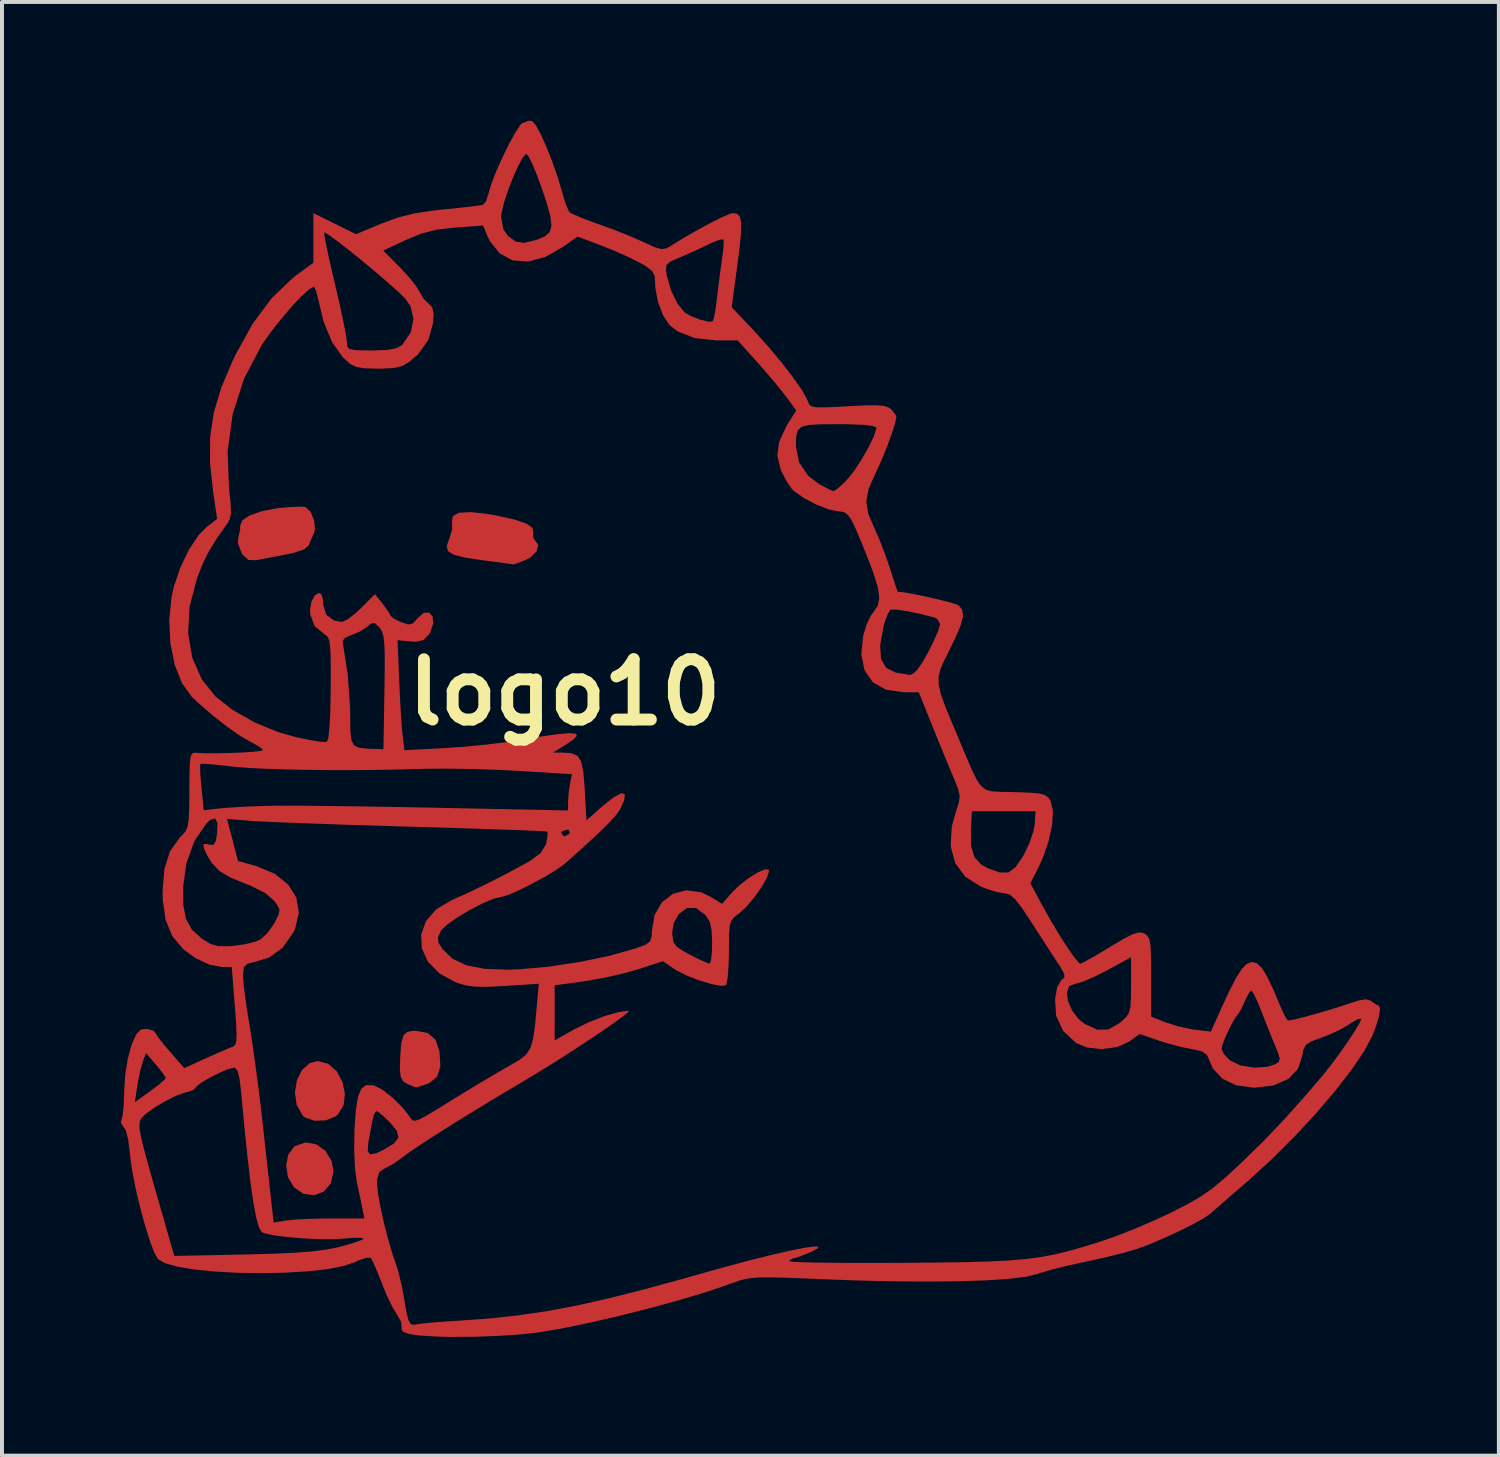
<source format=kicad_pcb>
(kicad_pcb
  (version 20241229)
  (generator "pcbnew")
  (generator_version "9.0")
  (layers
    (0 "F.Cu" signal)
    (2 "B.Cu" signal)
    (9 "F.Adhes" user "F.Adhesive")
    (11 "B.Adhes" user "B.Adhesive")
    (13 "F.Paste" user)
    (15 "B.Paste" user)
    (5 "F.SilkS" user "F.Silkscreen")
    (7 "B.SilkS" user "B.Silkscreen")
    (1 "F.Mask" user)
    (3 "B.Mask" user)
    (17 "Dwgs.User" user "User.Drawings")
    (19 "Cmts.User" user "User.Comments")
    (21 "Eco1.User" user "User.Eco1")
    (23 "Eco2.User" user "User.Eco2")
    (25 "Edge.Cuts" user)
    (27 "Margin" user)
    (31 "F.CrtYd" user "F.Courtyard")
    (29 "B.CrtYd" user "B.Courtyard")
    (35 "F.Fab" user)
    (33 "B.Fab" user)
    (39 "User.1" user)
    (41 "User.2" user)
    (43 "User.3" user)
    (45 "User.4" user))
  (footprint "logo10"
    (layer "F.Cu")
    (at 11.217 14.44)
    (property "Reference" "logo10" (at 0 0 0) (layer "F.SilkS") (effects (font (size 1.524 1.524) (thickness 0.3))))
    (attr board_only exclude_from_pos_files exclude_from_bom)
    (fp_poly (pts (xy -6.273 11.421) (xy -6.042 11.587) (xy -5.887 11.846) (xy -5.842 12.11) (xy -5.91 12.409) (xy -6.087 12.614) (xy -6.33 12.707) (xy -6.6 12.672) (xy -6.843 12.504) (xy -6.992 12.25) (xy -7.038 11.954) (xy -6.983 11.676) (xy -6.828 11.473) (xy -6.816 11.465) (xy -6.543 11.372)) (stroke (width 0) (type solid)) (fill yes) (layer "F.Cu"))
    (fp_poly (pts (xy -5.974 9.386) (xy -5.76 9.576) (xy -5.615 9.844) (xy -5.552 10.144) (xy -5.586 10.433) (xy -5.731 10.668) (xy -5.787 10.713) (xy -6.039 10.816) (xy -6.32 10.826) (xy -6.558 10.745) (xy -6.623 10.689) (xy -6.772 10.421) (xy -6.816 10.113) (xy -6.767 9.805) (xy -6.637 9.543) (xy -6.438 9.366) (xy -6.241 9.316)) (stroke (width 0) (type solid)) (fill yes) (layer "F.Cu"))
    (fp_poly (pts (xy -3.462 8.606) (xy -3.262 8.781) (xy -3.163 9.076) (xy -3.141 9.454) (xy -3.225 9.713) (xy -3.422 9.873) (xy -3.483 9.898) (xy -3.666 9.959) (xy -3.757 9.985) (xy -3.759 9.985) (xy -3.834 9.954) (xy -3.958 9.903) (xy -4.076 9.835) (xy -4.141 9.724) (xy -4.164 9.528) (xy -4.156 9.207) (xy -4.155 9.186) (xy -4.128 8.86) (xy -4.074 8.668) (xy -3.974 8.577) (xy -3.805 8.552) (xy -3.778 8.551)) (stroke (width 0) (type solid)) (fill yes) (layer "F.Cu"))
    (fp_poly (pts (xy -6.548 -4.68) (xy -6.42 -4.558) (xy -6.332 -4.346) (xy -6.308 -4.122) (xy -6.337 -4.01) (xy -6.429 -3.811) (xy -6.463 -3.717) (xy -6.581 -3.611) (xy -6.867 -3.517) (xy -7.041 -3.481) (xy -7.361 -3.42) (xy -7.645 -3.367) (xy -7.798 -3.337) (xy -7.989 -3.343) (xy -8.136 -3.475) (xy -8.162 -3.514) (xy -8.261 -3.778) (xy -8.243 -3.92) (xy -8.2 -4.11) (xy -8.199 -4.208) (xy -8.145 -4.344) (xy -7.951 -4.472) (xy -7.646 -4.578) (xy -7.26 -4.65) (xy -7.216 -4.655) (xy -6.912 -4.681) (xy -6.671 -4.69)) (stroke (width 0) (type solid)) (fill yes) (layer "F.Cu"))
    (fp_poly (pts (xy -1.927 -4.501) (xy -1.71 -4.462) (xy -1.263 -4.362) (xy -0.97 -4.263) (xy -0.817 -4.157) (xy -0.789 -4.037) (xy -0.797 -4.011) (xy -0.788 -3.881) (xy -0.758 -3.85) (xy -0.667 -3.719) (xy -0.711 -3.557) (xy -0.873 -3.403) (xy -0.984 -3.345) (xy -1.18 -3.267) (xy -1.293 -3.229) (xy -1.302 -3.229) (xy -1.384 -3.244) (xy -1.598 -3.274) (xy -1.905 -3.314) (xy -2.102 -3.34) (xy -2.528 -3.403) (xy -2.804 -3.475) (xy -2.949 -3.567) (xy -2.982 -3.692) (xy -2.922 -3.863) (xy -2.914 -3.88) (xy -2.845 -4.108) (xy -2.847 -4.29) (xy -2.829 -4.448) (xy -2.673 -4.535) (xy -2.374 -4.552)) (stroke (width 0) (type solid)) (fill yes) (layer "F.Cu"))
    (fp_poly (pts (xy -0.82 -14.43) (xy -0.731 -14.329) (xy -0.607 -14.102) (xy -0.464 -13.784) (xy -0.316 -13.41) (xy -0.178 -13.016) (xy -0.065 -12.638) (xy -0.053 -12.594) (xy 0.023 -12.344) (xy 0.1 -12.165) (xy 0.131 -12.121) (xy 0.244 -12.062) (xy 0.475 -11.967) (xy 0.78 -11.853) (xy 0.889 -11.815) (xy 1.277 -11.673) (xy 1.67 -11.516) (xy 1.99 -11.375) (xy 2.017 -11.362) (xy 2.28 -11.242) (xy 2.446 -11.196) (xy 2.569 -11.216) (xy 2.652 -11.261) (xy 2.998 -11.475) (xy 3.361 -11.683) (xy 3.705 -11.869) (xy 3.995 -12.012) (xy 4.196 -12.095) (xy 4.255 -12.107) (xy 4.361 -12.087) (xy 4.428 -12.011) (xy 4.458 -11.856) (xy 4.453 -11.599) (xy 4.416 -11.217) (xy 4.362 -10.793) (xy 4.219 -9.73) (xy 4.782 -9.133) (xy 5.137 -8.741) (xy 5.47 -8.343) (xy 5.761 -7.968) (xy 5.986 -7.645) (xy 6.122 -7.405) (xy 6.143 -7.351) (xy 6.176 -7.274) (xy 6.235 -7.225) (xy 6.353 -7.201) (xy 6.559 -7.198) (xy 6.884 -7.211) (xy 7.158 -7.227) (xy 7.588 -7.248) (xy 7.882 -7.251) (xy 8.071 -7.234) (xy 8.188 -7.195) (xy 8.249 -7.148) (xy 8.355 -7.019) (xy 8.381 -6.958) (xy 8.347 -6.796) (xy 8.262 -6.53) (xy 8.144 -6.208) (xy 8.012 -5.88) (xy 7.884 -5.596) (xy 7.851 -5.531) (xy 7.679 -5.143) (xy 7.619 -4.823) (xy 7.669 -4.51) (xy 7.804 -4.191) (xy 7.94 -3.886) (xy 8.089 -3.504) (xy 8.21 -3.154) (xy 8.303 -2.862) (xy 8.375 -2.645) (xy 8.412 -2.543) (xy 8.414 -2.54) (xy 8.588 -2.521) (xy 8.858 -2.473) (xy 9.175 -2.406) (xy 9.492 -2.333) (xy 9.759 -2.264) (xy 9.928 -2.209) (xy 9.958 -2.193) (xy 10.045 -2.081) (xy 10.063 -1.925) (xy 10.006 -1.698) (xy 9.869 -1.373) (xy 9.725 -1.078) (xy 9.587 -0.801) (xy 9.492 -0.582) (xy 9.445 -0.389) (xy 9.447 -0.19) (xy 9.503 0.048) (xy 9.614 0.358) (xy 9.785 0.771) (xy 9.925 1.103) (xy 10.132 1.598) (xy 10.287 1.96) (xy 10.41 2.212) (xy 10.523 2.372) (xy 10.645 2.463) (xy 10.799 2.504) (xy 11.005 2.516) (xy 11.283 2.52) (xy 11.355 2.522) (xy 11.733 2.536) (xy 11.978 2.556) (xy 12.126 2.593) (xy 12.214 2.655) (xy 12.277 2.752) (xy 12.28 2.758) (xy 12.335 3.001) (xy 12.314 3.349) (xy 12.227 3.757) (xy 12.08 4.182) (xy 11.972 4.419) (xy 11.765 4.827) (xy 12.073 5.398) (xy 12.284 5.774) (xy 12.501 6.135) (xy 12.704 6.452) (xy 12.874 6.695) (xy 12.992 6.835) (xy 13.029 6.858) (xy 13.122 6.816) (xy 13.324 6.704) (xy 13.601 6.541) (xy 13.782 6.431) (xy 14.118 6.23) (xy 14.347 6.113) (xy 14.501 6.067) (xy 14.612 6.08) (xy 14.646 6.095) (xy 14.719 6.148) (xy 14.768 6.233) (xy 14.797 6.381) (xy 14.811 6.624) (xy 14.816 6.993) (xy 14.817 7.19) (xy 14.817 8.194) (xy 15.172 8.336) (xy 15.493 8.439) (xy 15.846 8.515) (xy 15.926 8.526) (xy 16.326 8.573) (xy 16.548 8.075) (xy 16.774 7.584) (xy 16.954 7.231) (xy 17.1 6.999) (xy 17.225 6.868) (xy 17.342 6.818) (xy 17.373 6.816) (xy 17.492 6.849) (xy 17.612 6.964) (xy 17.746 7.181) (xy 17.908 7.52) (xy 18.083 7.938) (xy 18.18 8.151) (xy 18.257 8.278) (xy 18.28 8.294) (xy 18.437 8.266) (xy 18.707 8.199) (xy 19.038 8.107) (xy 19.382 8.005) (xy 19.69 7.907) (xy 19.761 7.882) (xy 20.056 7.787) (xy 20.239 7.758) (xy 20.356 7.788) (xy 20.388 7.811) (xy 20.517 7.899) (xy 20.566 7.916) (xy 20.601 7.987) (xy 20.575 8.176) (xy 20.495 8.445) (xy 20.402 8.685) (xy 20.192 9.077) (xy 19.87 9.551) (xy 19.457 10.083) (xy 18.973 10.649) (xy 18.438 11.225) (xy 17.873 11.788) (xy 17.299 12.314) (xy 17.244 12.361) (xy 16.922 12.64) (xy 16.64 12.884) (xy 16.428 13.07) (xy 16.312 13.173) (xy 16.305 13.179) (xy 16.143 13.29) (xy 15.865 13.443) (xy 15.515 13.618) (xy 15.135 13.793) (xy 14.768 13.949) (xy 14.455 14.065) (xy 14.443 14.069) (xy 14.118 14.163) (xy 13.7 14.268) (xy 13.263 14.367) (xy 13.123 14.395) (xy 12.722 14.482) (xy 12.335 14.578) (xy 12.028 14.667) (xy 11.938 14.698) (xy 11.66 14.765) (xy 11.229 14.818) (xy 10.661 14.857) (xy 9.972 14.881) (xy 9.178 14.889) (xy 8.296 14.882) (xy 7.34 14.859) (xy 6.646 14.833) (xy 6.023 14.807) (xy 5.543 14.79) (xy 5.18 14.782) (xy 4.909 14.785) (xy 4.702 14.801) (xy 4.535 14.83) (xy 4.381 14.873) (xy 4.214 14.933) (xy 4.164 14.952) (xy 3.613 15.141) (xy 2.94 15.344) (xy 2.189 15.55) (xy 1.407 15.748) (xy 0.639 15.926) (xy -0.072 16.072) (xy -0.635 16.169) (xy -1.098 16.222) (xy -1.667 16.26) (xy -2.279 16.283) (xy -2.872 16.287) (xy -3.217 16.278) (xy -3.651 16.252) (xy -3.935 16.212) (xy -4.087 16.156) (xy -4.126 16.076) (xy -4.119 16.046) (xy -4.135 15.902) (xy -4.237 15.72) (xy -4.24 15.717) (xy -4.354 15.53) (xy -4.492 15.245) (xy -4.622 14.928) (xy -4.736 14.637) (xy -4.834 14.41) (xy -4.895 14.293) (xy -4.898 14.289) (xy -5.003 14.286) (xy -5.199 14.35) (xy -5.302 14.397) (xy -5.598 14.498) (xy -6.011 14.576) (xy -6.513 14.631) (xy -7.076 14.664) (xy -7.669 14.676) (xy -8.266 14.666) (xy -8.836 14.635) (xy -9.351 14.584) (xy -9.783 14.513) (xy -10.103 14.423) (xy -10.278 14.319) (xy -10.369 14.155) (xy -10.48 13.863) (xy -10.6 13.479) (xy -10.719 13.042) (xy -10.828 12.59) (xy -10.915 12.16) (xy -10.971 11.79) (xy -10.982 11.684) (xy -11.027 11.303) (xy -11.091 11.061) (xy -11.148 10.98) (xy -11.188 10.915) (xy -10.746 10.915) (xy -10.74 11.034) (xy -10.709 11.212) (xy -10.648 11.469) (xy -10.553 11.825) (xy -10.42 12.301) (xy -10.244 12.917) (xy -10.225 12.983) (xy -9.864 14.24) (xy -8.086 14.204) (xy -7.391 14.186) (xy -6.838 14.161) (xy -6.398 14.128) (xy -6.046 14.084) (xy -5.752 14.027) (xy -5.694 14.013) (xy -5.399 13.932) (xy -5.182 13.859) (xy -5.082 13.809) (xy -5.08 13.804) (xy -5.156 13.782) (xy -5.351 13.784) (xy -5.537 13.8) (xy -5.844 13.817) (xy -6.221 13.815) (xy -6.625 13.796) (xy -7.013 13.763) (xy -7.345 13.721) (xy -7.577 13.671) (xy -7.657 13.636) (xy -7.725 13.519) (xy -7.794 13.275) (xy -7.865 12.897) (xy -7.94 12.377) (xy -8.018 11.709) (xy -8.102 10.885) (xy -8.175 10.097) (xy -8.216 9.754) (xy -8.267 9.557) (xy -8.335 9.484) (xy -8.351 9.483) (xy -8.497 9.519) (xy -8.715 9.61) (xy -8.954 9.73) (xy -9.165 9.852) (xy -9.294 9.95) (xy -9.313 9.982) (xy -9.386 10.048) (xy -9.555 10.103) (xy -9.794 10.183) (xy -10.085 10.326) (xy -10.372 10.497) (xy -10.6 10.665) (xy -10.699 10.771) (xy -10.731 10.834) (xy -10.746 10.915) (xy -11.188 10.915) (xy -11.217 10.869) (xy -11.199 10.811) (xy -11.167 10.682) (xy -11.142 10.434) (xy -11.139 10.357) (xy -10.861 10.357) (xy -10.468 10.075) (xy -10.256 9.914) (xy -10.115 9.791) (xy -10.079 9.743) (xy -10.131 9.655) (xy -10.259 9.489) (xy -10.33 9.405) (xy -10.577 9.116) (xy -10.658 9.328) (xy -10.719 9.542) (xy -10.78 9.831) (xy -10.799 9.949) (xy -10.861 10.357) (xy -11.139 10.357) (xy -11.13 10.117) (xy -11.129 10.075) (xy -11.103 9.66) (xy -11.038 9.258) (xy -10.943 8.908) (xy -10.83 8.65) (xy -10.71 8.521) (xy -10.706 8.519) (xy -10.545 8.504) (xy -10.391 8.55) (xy -10.328 8.624) (xy -10.275 8.711) (xy -10.139 8.885) (xy -9.968 9.087) (xy -9.61 9.495) (xy -9.059 9.244) (xy -8.767 9.114) (xy -8.525 9.01) (xy -8.384 8.954) (xy -8.382 8.953) (xy -8.329 8.914) (xy -8.298 8.821) (xy -8.29 8.646) (xy -8.302 8.359) (xy -8.333 7.932) (xy -8.334 7.927) (xy -8.412 6.943) (xy -8.655 6.943) (xy -8.983 6.879) (xy -9.343 6.707) (xy -9.639 6.488) (xy -9.915 6.157) (xy -10.084 5.749) (xy -10.156 5.234) (xy -10.16 5.038) (xy -10.148 4.892) (xy -9.638 4.892) (xy -9.638 5.371) (xy -9.568 5.728) (xy -9.416 6) (xy -9.167 6.224) (xy -9.153 6.235) (xy -8.947 6.358) (xy -8.75 6.413) (xy -8.489 6.416) (xy -8.358 6.406) (xy -8.053 6.362) (xy -7.792 6.293) (xy -7.678 6.241) (xy -7.513 6.085) (xy -7.35 5.858) (xy -7.325 5.812) (xy -7.225 5.613) (xy -7.207 5.486) (xy -7.273 5.358) (xy -7.335 5.273) (xy -7.561 5.075) (xy -7.926 4.89) (xy -8.05 4.843) (xy -8.449 4.68) (xy -8.724 4.514) (xy -8.916 4.314) (xy -9.026 4.132) (xy -9.122 3.925) (xy -9.125 3.835) (xy -9.03 3.836) (xy -8.984 3.849) (xy -8.875 3.855) (xy -8.815 3.759) (xy -8.784 3.58) (xy -8.773 3.307) (xy -8.824 3.199) (xy -8.532 3.199) (xy -8.254 4.262) (xy -7.802 4.388) (xy -7.332 4.581) (xy -6.988 4.855) (xy -6.779 5.19) (xy -6.716 5.568) (xy -6.81 5.971) (xy -6.86 6.074) (xy -7.131 6.46) (xy -7.469 6.702) (xy -7.811 6.808) (xy -8.018 6.859) (xy -8.107 6.948) (xy -8.126 7.132) (xy -8.125 7.179) (xy -8.11 7.393) (xy -8.07 7.722) (xy -8.011 8.118) (xy -7.961 8.424) (xy -7.898 8.82) (xy -7.825 9.335) (xy -7.747 9.922) (xy -7.672 10.53) (xy -7.618 11.007) (xy -7.559 11.544) (xy -7.503 12.049) (xy -7.455 12.486) (xy -7.418 12.823) (xy -7.395 13.025) (xy -7.395 13.027) (xy -7.353 13.397) (xy -7.042 13.346) (xy -6.82 13.323) (xy -6.485 13.305) (xy -6.093 13.295) (xy -5.896 13.294) (xy -5.061 13.293) (xy -5.108 13.06) (xy -5.152 12.843) (xy -5.215 12.544) (xy -5.254 12.361) (xy -5.299 12.017) (xy -5.318 11.587) (xy -4.978 11.587) (xy -4.919 11.676) (xy -4.761 11.646) (xy -4.583 11.563) (xy -4.315 11.4) (xy -4.202 11.25) (xy -4.238 11.084) (xy -4.406 10.876) (xy -4.584 10.705) (xy -4.716 10.599) (xy -4.751 10.583) (xy -4.791 10.612) (xy -4.832 10.718) (xy -4.88 10.928) (xy -4.943 11.272) (xy -4.96 11.367) (xy -4.978 11.587) (xy -5.318 11.587) (xy -5.319 11.563) (xy -5.312 11.059) (xy -5.31 11.018) (xy -5.275 10.54) (xy -5.22 10.212) (xy -5.136 10.013) (xy -5.014 9.925) (xy -4.845 9.928) (xy -4.812 9.935) (xy -4.605 10.041) (xy -4.35 10.241) (xy -4.097 10.492) (xy -3.94 10.689) (xy -3.891 10.763) (xy -3.848 10.813) (xy -3.787 10.827) (xy -3.688 10.797) (xy -3.528 10.715) (xy -3.283 10.571) (xy -2.933 10.355) (xy -2.582 10.139) (xy -2.203 9.908) (xy -1.819 9.68) (xy -1.488 9.488) (xy -1.357 9.414) (xy -1.129 9.28) (xy -0.971 9.149) (xy -0.866 8.986) (xy -0.798 8.755) (xy -0.75 8.421) (xy -0.714 8.034) (xy -0.655 7.364) (xy -1.51 7.42) (xy -1.943 7.442) (xy -2.257 7.438) (xy -2.498 7.406) (xy -2.716 7.341) (xy -2.745 7.331) (xy -3.168 7.101) (xy -3.457 6.805) (xy -3.611 6.468) (xy -3.626 6.117) (xy -3.504 5.778) (xy -3.241 5.479) (xy -2.857 5.253) (xy -2.454 5.073) (xy -1.969 4.838) (xy -1.464 4.581) (xy -1.003 4.332) (xy -0.874 4.259) (xy -0.606 4.061) (xy -0.475 3.844) (xy -0.463 3.799) (xy -0.432 3.614) (xy -0.435 3.556) (xy -0.085 3.556) (xy -0.024 3.638) (xy -0.005 3.641) (xy 0.11 3.579) (xy 0.127 3.556) (xy 0.108 3.484) (xy 0.047 3.471) (xy -0.069 3.516) (xy -0.085 3.556) (xy -0.435 3.556) (xy -0.436 3.519) (xy -0.436 3.519) (xy -0.525 3.511) (xy -0.764 3.499) (xy -1.137 3.484) (xy -1.625 3.467) (xy -2.21 3.447) (xy -2.874 3.426) (xy -3.6 3.404) (xy -3.895 3.396) (xy -4.667 3.373) (xy -5.41 3.35) (xy -6.1 3.326) (xy -6.715 3.304) (xy -7.233 3.284) (xy -7.631 3.266) (xy -7.888 3.252) (xy -7.928 3.249) (xy -8.532 3.199) (xy -8.824 3.199) (xy -8.83 3.187) (xy -8.952 3.221) (xy -9.05 3.311) (xy -9.356 3.758) (xy -9.557 4.317) (xy -9.638 4.892) (xy -10.148 4.892) (xy -10.115 4.468) (xy -9.973 4.02) (xy -9.727 3.67) (xy -9.661 3.606) (xy -9.583 3.521) (xy -9.532 3.41) (xy -9.502 3.24) (xy -9.487 2.976) (xy -9.483 2.585) (xy -9.483 2.479) (xy -9.48 2.061) (xy -9.475 1.904) (xy -9.212 1.904) (xy -9.202 2.119) (xy -9.177 2.409) (xy -9.177 2.411) (xy -9.119 2.98) (xy -8.687 2.931) (xy -8.412 2.909) (xy -8.03 2.888) (xy -7.601 2.872) (xy -7.366 2.867) (xy -7.076 2.865) (xy -6.643 2.867) (xy -6.091 2.872) (xy -5.446 2.88) (xy -4.733 2.89) (xy -3.978 2.903) (xy -3.206 2.918) (xy -3.196 2.919) (xy 0.085 2.986) (xy 0.085 2.774) (xy 0.102 2.525) (xy 0.134 2.315) (xy 0.183 2.069) (xy -1.2 1.984) (xy -1.776 1.956) (xy -2.399 1.937) (xy -3.001 1.929) (xy -3.518 1.933) (xy -3.641 1.936) (xy -4.377 1.956) (xy -5.143 1.966) (xy -5.906 1.967) (xy -6.637 1.959) (xy -7.303 1.942) (xy -7.875 1.918) (xy -8.321 1.885) (xy -8.46 1.87) (xy -8.787 1.832) (xy -9.043 1.81) (xy -9.188 1.806) (xy -9.204 1.81) (xy -9.212 1.904) (xy -9.475 1.904) (xy -9.47 1.785) (xy -9.449 1.622) (xy -9.411 1.546) (xy -9.352 1.527) (xy -9.335 1.528) (xy -9.109 1.54) (xy -8.807 1.542) (xy -8.471 1.535) (xy -8.143 1.522) (xy -7.864 1.503) (xy -7.677 1.481) (xy -7.622 1.46) (xy -7.693 1.389) (xy -7.868 1.287) (xy -7.943 1.25) (xy -8.205 1.099) (xy -8.544 0.86) (xy -8.916 0.566) (xy -9.279 0.249) (xy -9.417 0.119) (xy -9.669 -0.229) (xy -9.853 -0.695) (xy -9.963 -1.241) (xy -9.975 -1.496) (xy -9.515 -1.496) (xy -9.411 -0.877) (xy -9.169 -0.326) (xy -8.821 0.108) (xy -8.385 0.449) (xy -7.838 0.759) (xy -7.236 1.008) (xy -6.755 1.143) (xy -6.435 1.207) (xy -6.177 1.248) (xy -6.026 1.258) (xy -6.012 1.256) (xy -5.973 1.159) (xy -5.944 0.903) (xy -5.923 0.499) (xy -5.912 -0.043) (xy -5.912 -0.075) (xy -5.91 -0.574) (xy -5.914 -0.93) (xy -5.927 -1.169) (xy -5.947 -1.292) (xy -5.613 -1.292) (xy -5.483 -0.462) (xy -5.422 0.396) (xy -5.419 0.608) (xy -5.415 0.98) (xy -5.389 1.215) (xy -5.319 1.346) (xy -5.181 1.405) (xy -4.954 1.426) (xy -4.851 1.43) (xy -4.58 1.439) (xy -4.555 -0.012) (xy -4.547 -0.549) (xy -4.547 -0.944) (xy -4.557 -1.221) (xy -4.578 -1.408) (xy -4.613 -1.531) (xy -4.664 -1.616) (xy -4.678 -1.633) (xy -4.797 -1.749) (xy -4.893 -1.737) (xy -4.986 -1.659) (xy -5.191 -1.526) (xy -5.388 -1.446) (xy -5.554 -1.373) (xy -5.613 -1.292) (xy -5.947 -1.292) (xy -5.951 -1.318) (xy -5.991 -1.404) (xy -6.048 -1.453) (xy -6.063 -1.461) (xy -6.318 -1.671) (xy -6.428 -1.967) (xy -6.435 -2.08) (xy -6.399 -2.291) (xy -6.314 -2.448) (xy -6.209 -2.509) (xy -6.152 -2.483) (xy -6.111 -2.365) (xy -6.096 -2.19) (xy -6.022 -1.956) (xy -5.824 -1.811) (xy -5.629 -1.778) (xy -5.497 -1.835) (xy -5.301 -1.982) (xy -5.143 -2.129) (xy -4.795 -2.48) (xy -4.6 -2.235) (xy -4.471 -2.061) (xy -4.405 -1.947) (xy -4.403 -1.936) (xy -4.333 -1.872) (xy -4.163 -1.784) (xy -4.139 -1.774) (xy -3.949 -1.711) (xy -3.832 -1.742) (xy -3.726 -1.861) (xy -3.563 -2.007) (xy -3.426 -2.014) (xy -3.338 -1.915) (xy -3.321 -1.74) (xy -3.395 -1.521) (xy -3.439 -1.45) (xy -3.571 -1.318) (xy -3.752 -1.277) (xy -3.9 -1.285) (xy -4.223 -1.316) (xy -4.182 -0.298) (xy -4.162 0.142) (xy -4.138 0.557) (xy -4.114 0.897) (xy -4.095 1.092) (xy -4.05 1.464) (xy -3.02 1.409) (xy -2.521 1.374) (xy -1.991 1.323) (xy -1.505 1.264) (xy -1.228 1.221) (xy -0.625 1.121) (xy -0.18 1.058) (xy 0.119 1.033) (xy 0.278 1.047) (xy 0.307 1.101) (xy 0.216 1.197) (xy 0.012 1.335) (xy -0.03 1.361) (xy -0.296 1.523) (xy -0.042 1.525) (xy 0.177 1.541) (xy 0.324 1.606) (xy 0.415 1.749) (xy 0.469 1.998) (xy 0.502 2.383) (xy 0.507 2.46) (xy 0.55 3.235) (xy 0.944 2.887) (xy 1.233 2.655) (xy 1.426 2.551) (xy 1.518 2.572) (xy 1.505 2.72) (xy 1.406 2.946) (xy 1.307 3.09) (xy 1.127 3.291) (xy 0.853 3.561) (xy 0.471 3.913) (xy -0.006 4.338) (xy -0.193 4.474) (xy -0.467 4.642) (xy -0.786 4.817) (xy -1.105 4.978) (xy -1.38 5.101) (xy -1.567 5.164) (xy -1.596 5.167) (xy -1.795 5.215) (xy -2.079 5.335) (xy -2.4 5.501) (xy -2.711 5.687) (xy -2.966 5.866) (xy -3.118 6.012) (xy -3.129 6.029) (xy -3.205 6.198) (xy -3.188 6.331) (xy -3.08 6.494) (xy -2.83 6.734) (xy -2.487 6.896) (xy -2.031 6.986) (xy -1.444 7.009) (xy -1.143 6.999) (xy -0.406 6.933) (xy 0.38 6.814) (xy 1.141 6.655) (xy 1.799 6.469) (xy 2.039 6.381) (xy 2.158 6.293) (xy 2.198 6.161) (xy 2.2 6.085) (xy 2.712 6.085) (xy 2.752 6.32) (xy 2.828 6.427) (xy 2.973 6.524) (xy 3.192 6.646) (xy 3.422 6.761) (xy 3.603 6.839) (xy 3.662 6.855) (xy 3.695 6.779) (xy 3.718 6.58) (xy 3.725 6.334) (xy 3.712 6.01) (xy 3.663 5.797) (xy 3.563 5.639) (xy 3.541 5.615) (xy 3.312 5.448) (xy 3.091 5.45) (xy 2.882 5.604) (xy 2.757 5.823) (xy 2.712 6.085) (xy 2.2 6.085) (xy 2.201 6.043) (xy 2.27 5.628) (xy 2.457 5.305) (xy 2.735 5.091) (xy 3.075 5.002) (xy 3.448 5.054) (xy 3.692 5.17) (xy 3.975 5.345) (xy 4.221 5.064) (xy 4.418 4.872) (xy 4.646 4.696) (xy 4.868 4.557) (xy 5.049 4.477) (xy 5.153 4.477) (xy 5.165 4.508) (xy 5.111 4.681) (xy 4.972 4.926) (xy 4.784 5.192) (xy 4.58 5.431) (xy 4.413 5.581) (xy 4.29 5.674) (xy 4.212 5.767) (xy 4.17 5.899) (xy 4.153 6.11) (xy 4.149 6.439) (xy 4.149 6.562) (xy 4.14 6.913) (xy 4.118 7.196) (xy 4.087 7.371) (xy 4.067 7.407) (xy 3.929 7.416) (xy 3.687 7.367) (xy 3.392 7.277) (xy 3.091 7.16) (xy 2.835 7.033) (xy 2.769 6.991) (xy 2.48 6.795) (xy 1.858 6.998) (xy 1.46 7.109) (xy 0.989 7.216) (xy 0.538 7.295) (xy 0.491 7.302) (xy -0.254 7.403) (xy -0.254 8.796) (xy 0.237 8.519) (xy 0.603 8.338) (xy 0.996 8.185) (xy 1.358 8.08) (xy 1.619 8.043) (xy 1.597 8.086) (xy 1.453 8.202) (xy 1.209 8.38) (xy 0.885 8.603) (xy 0.503 8.858) (xy 0.085 9.129) (xy -0.347 9.404) (xy -0.773 9.666) (xy -1.101 9.862) (xy -1.679 10.206) (xy -2.247 10.55) (xy -2.783 10.881) (xy -3.262 11.183) (xy -3.661 11.442) (xy -3.956 11.642) (xy -4.102 11.75) (xy -4.323 11.909) (xy -4.529 12.022) (xy -4.546 12.029) (xy -4.684 12.122) (xy -4.737 12.296) (xy -4.741 12.409) (xy -4.717 12.659) (xy -4.653 13.019) (xy -4.56 13.436) (xy -4.45 13.858) (xy -4.337 14.234) (xy -4.275 14.411) (xy -4.196 14.664) (xy -4.116 15.003) (xy -4.062 15.293) (xy -4.002 15.644) (xy -3.949 15.857) (xy -3.89 15.96) (xy -3.81 15.983) (xy -3.739 15.969) (xy -3.6 15.948) (xy -3.333 15.922) (xy -2.98 15.895) (xy -2.667 15.876) (xy -1.914 15.822) (xy -1.19 15.744) (xy -0.464 15.638) (xy 0.292 15.496) (xy 1.108 15.313) (xy 2.014 15.084) (xy 3.039 14.803) (xy 3.387 14.704) (xy 4.068 14.514) (xy 4.685 14.349) (xy 5.228 14.214) (xy 5.684 14.109) (xy 6.04 14.038) (xy 6.286 14.003) (xy 6.409 14.005) (xy 6.398 14.047) (xy 6.24 14.132) (xy 6.137 14.177) (xy 5.919 14.261) (xy 5.768 14.306) (xy 5.747 14.309) (xy 5.673 14.363) (xy 5.673 14.372) (xy 5.754 14.387) (xy 5.985 14.399) (xy 6.347 14.408) (xy 6.821 14.414) (xy 7.386 14.418) (xy 8.023 14.417) (xy 8.572 14.415) (xy 9.429 14.407) (xy 10.141 14.397) (xy 10.732 14.38) (xy 11.226 14.355) (xy 11.648 14.319) (xy 12.022 14.27) (xy 12.372 14.204) (xy 12.723 14.119) (xy 13.097 14.013) (xy 13.521 13.882) (xy 13.547 13.874) (xy 13.965 13.727) (xy 14.462 13.53) (xy 14.967 13.311) (xy 15.302 13.154) (xy 15.724 12.94) (xy 16.061 12.745) (xy 16.361 12.536) (xy 16.672 12.277) (xy 17.043 11.936) (xy 17.114 11.869) (xy 17.663 11.331) (xy 18.179 10.79) (xy 18.708 10.199) (xy 19.179 9.645) (xy 19.375 9.398) (xy 19.586 9.113) (xy 19.789 8.822) (xy 19.962 8.559) (xy 20.082 8.358) (xy 20.127 8.251) (xy 20.125 8.244) (xy 20.035 8.259) (xy 19.87 8.354) (xy 19.826 8.385) (xy 19.596 8.522) (xy 19.291 8.661) (xy 19.121 8.725) (xy 18.86 8.822) (xy 18.721 8.912) (xy 18.66 9.035) (xy 18.641 9.159) (xy 18.53 9.507) (xy 18.282 9.768) (xy 17.911 9.932) (xy 17.429 9.991) (xy 17.416 9.991) (xy 16.972 9.931) (xy 16.616 9.763) (xy 16.375 9.503) (xy 16.304 9.34) (xy 16.23 9.167) (xy 16.106 9.074) (xy 15.873 9.021) (xy 15.856 9.019) (xy 15.802 9.007) (xy 16.595 9.007) (xy 16.656 9.142) (xy 16.806 9.298) (xy 16.818 9.307) (xy 17.079 9.429) (xy 17.418 9.483) (xy 17.753 9.463) (xy 17.95 9.398) (xy 18.043 9.336) (xy 18.065 9.254) (xy 18.018 9.1) (xy 17.958 8.953) (xy 17.844 8.674) (xy 17.705 8.325) (xy 17.604 8.065) (xy 17.495 7.798) (xy 17.402 7.607) (xy 17.347 7.535) (xy 17.283 7.605) (xy 17.195 7.777) (xy 17.181 7.811) (xy 17.091 8.007) (xy 17.019 8.123) (xy 17.013 8.128) (xy 16.928 8.242) (xy 16.814 8.451) (xy 16.7 8.693) (xy 16.618 8.905) (xy 16.595 9.007) (xy 15.802 9.007) (xy 15.561 8.958) (xy 15.208 8.862) (xy 15.006 8.798) (xy 14.525 8.632) (xy 14.269 8.822) (xy 13.957 8.963) (xy 13.575 9.015) (xy 13.195 8.974) (xy 12.92 8.861) (xy 12.593 8.557) (xy 12.416 8.174) (xy 12.388 7.757) (xy 12.418 7.586) (xy 12.687 7.586) (xy 12.715 7.802) (xy 12.817 8.038) (xy 12.984 8.256) (xy 13.142 8.382) (xy 13.458 8.524) (xy 13.731 8.52) (xy 14.005 8.367) (xy 14.048 8.332) (xy 14.176 8.216) (xy 14.253 8.103) (xy 14.292 7.948) (xy 14.307 7.706) (xy 14.309 7.404) (xy 14.309 6.694) (xy 13.695 7.029) (xy 13.384 7.186) (xy 13.109 7.304) (xy 12.919 7.362) (xy 12.89 7.365) (xy 12.742 7.427) (xy 12.687 7.586) (xy 12.418 7.586) (xy 12.442 7.453) (xy 12.538 7.282) (xy 12.558 7.268) (xy 12.627 7.205) (xy 12.617 7.108) (xy 12.52 6.934) (xy 12.455 6.835) (xy 12.3 6.6) (xy 12.091 6.277) (xy 11.862 5.923) (xy 11.77 5.779) (xy 11.547 5.442) (xy 11.382 5.23) (xy 11.252 5.117) (xy 11.135 5.08) (xy 11.118 5.08) (xy 10.92 5.047) (xy 10.649 4.963) (xy 10.506 4.906) (xy 10.119 4.659) (xy 9.866 4.316) (xy 9.751 3.89) (xy 9.773 3.49) (xy 10.262 3.49) (xy 10.269 3.891) (xy 10.353 4.168) (xy 10.528 4.357) (xy 10.696 4.449) (xy 10.994 4.554) (xy 11.21 4.552) (xy 11.387 4.424) (xy 11.571 4.155) (xy 11.595 4.114) (xy 11.742 3.809) (xy 11.845 3.504) (xy 11.876 3.331) (xy 11.896 3.006) (xy 10.287 3.006) (xy 10.262 3.49) (xy 9.773 3.49) (xy 9.778 3.395) (xy 9.88 3.027) (xy 9.958 2.79) (xy 9.979 2.619) (xy 9.939 2.44) (xy 9.834 2.18) (xy 9.72 1.909) (xy 9.568 1.538) (xy 9.399 1.125) (xy 9.295 0.868) (xy 8.946 0) (xy 8.558 -0.000317) (xy 8.116 -0.065) (xy 7.786 -0.253) (xy 7.576 -0.552) (xy 7.493 -0.954) (xy 7.516 -1.188) (xy 7.97 -1.188) (xy 7.991 -0.845) (xy 8.119 -0.618) (xy 8.358 -0.499) (xy 8.428 -0.486) (xy 8.623 -0.455) (xy 8.729 -0.436) (xy 8.817 -0.482) (xy 8.91 -0.572) (xy 9.031 -0.745) (xy 9.176 -0.999) (xy 9.317 -1.28) (xy 9.428 -1.534) (xy 9.481 -1.708) (xy 9.483 -1.727) (xy 9.413 -1.852) (xy 9.335 -1.892) (xy 8.959 -1.986) (xy 8.623 -2.054) (xy 8.368 -2.09) (xy 8.232 -2.086) (xy 8.227 -2.083) (xy 8.161 -1.978) (xy 8.085 -1.768) (xy 8.054 -1.657) (xy 7.97 -1.188) (xy 7.516 -1.188) (xy 7.539 -1.42) (xy 7.625 -1.705) (xy 7.739 -1.943) (xy 7.794 -2.018) (xy 7.907 -2.184) (xy 7.947 -2.384) (xy 7.912 -2.651) (xy 7.799 -3.016) (xy 7.699 -3.279) (xy 7.509 -3.757) (xy 7.366 -4.1) (xy 7.256 -4.33) (xy 7.165 -4.469) (xy 7.08 -4.54) (xy 6.988 -4.566) (xy 6.919 -4.57) (xy 6.673 -4.619) (xy 6.361 -4.741) (xy 6.047 -4.906) (xy 5.799 -5.08) (xy 5.739 -5.137) (xy 5.612 -5.321) (xy 5.482 -5.57) (xy 5.459 -5.621) (xy 5.372 -5.975) (xy 5.402 -6.208) (xy 5.842 -6.208) (xy 5.922 -5.807) (xy 6.154 -5.467) (xy 6.426 -5.261) (xy 6.631 -5.15) (xy 6.772 -5.087) (xy 6.795 -5.082) (xy 6.885 -5.137) (xy 7.044 -5.281) (xy 7.144 -5.383) (xy 7.315 -5.597) (xy 7.5 -5.879) (xy 7.672 -6.181) (xy 7.805 -6.455) (xy 7.871 -6.652) (xy 7.874 -6.683) (xy 7.791 -6.727) (xy 7.547 -6.757) (xy 7.15 -6.772) (xy 6.909 -6.773) (xy 6.469 -6.771) (xy 6.17 -6.753) (xy 5.985 -6.707) (xy 5.888 -6.616) (xy 5.849 -6.467) (xy 5.842 -6.244) (xy 5.842 -6.208) (xy 5.402 -6.208) (xy 5.419 -6.333) (xy 5.605 -6.732) (xy 5.645 -6.797) (xy 5.85 -7.121) (xy 5.6 -7.461) (xy 5.422 -7.689) (xy 5.176 -7.984) (xy 4.91 -8.29) (xy 4.86 -8.345) (xy 4.37 -8.89) (xy 3.832 -8.89) (xy 3.284 -8.948) (xy 2.852 -9.119) (xy 2.647 -9.279) (xy 2.486 -9.52) (xy 2.359 -9.854) (xy 2.291 -10.207) (xy 2.286 -10.313) (xy 2.273 -10.511) (xy 2.209 -10.644) (xy 2.19 -10.659) (xy 2.558 -10.659) (xy 2.581 -10.52) (xy 2.686 -10.155) (xy 2.844 -9.828) (xy 3.024 -9.602) (xy 3.04 -9.589) (xy 3.205 -9.497) (xy 3.424 -9.414) (xy 3.625 -9.364) (xy 3.734 -9.365) (xy 3.769 -9.457) (xy 3.81 -9.67) (xy 3.843 -9.924) (xy 3.889 -10.308) (xy 3.942 -10.712) (xy 3.972 -10.922) (xy 4.006 -11.187) (xy 4.019 -11.379) (xy 4.013 -11.44) (xy 3.927 -11.437) (xy 3.743 -11.368) (xy 3.618 -11.309) (xy 3.299 -11.157) (xy 2.963 -11.009) (xy 2.888 -10.978) (xy 2.667 -10.882) (xy 2.569 -10.793) (xy 2.558 -10.659) (xy 2.19 -10.659) (xy 2.056 -10.762) (xy 1.884 -10.859) (xy 1.588 -11.006) (xy 1.218 -11.169) (xy 0.902 -11.296) (xy 0.322 -11.513) (xy -0.031 -11.26) (xy -0.494 -10.996) (xy -0.927 -10.881) (xy -1.315 -10.912) (xy -1.643 -11.088) (xy -1.895 -11.405) (xy -1.956 -11.535) (xy -2.062 -11.792) (xy -2.756 -11.743) (xy -3.229 -11.689) (xy -3.625 -11.588) (xy -4.017 -11.426) (xy -4.584 -11.158) (xy -4.155 -10.727) (xy -3.933 -10.487) (xy -3.76 -10.271) (xy -3.672 -10.124) (xy -3.671 -10.122) (xy -3.558 -9.933) (xy -3.449 -9.831) (xy -3.345 -9.722) (xy -3.311 -9.559) (xy -3.325 -9.334) (xy -3.444 -8.902) (xy -3.705 -8.537) (xy -3.928 -8.345) (xy -4.103 -8.245) (xy -4.323 -8.192) (xy -4.642 -8.176) (xy -4.746 -8.177) (xy -5.063 -8.186) (xy -5.268 -8.219) (xy -5.42 -8.295) (xy -5.575 -8.435) (xy -5.616 -8.477) (xy -5.879 -8.848) (xy -6.089 -9.355) (xy -6.228 -9.927) (xy -6.277 -10.131) (xy -6.327 -10.239) (xy -6.338 -10.245) (xy -6.455 -10.181) (xy -6.646 -10.009) (xy -6.884 -9.759) (xy -7.142 -9.458) (xy -7.396 -9.138) (xy -7.619 -8.826) (xy -7.66 -8.763) (xy -8.103 -7.921) (xy -8.39 -7.023) (xy -8.517 -6.087) (xy -8.48 -5.134) (xy -8.479 -5.122) (xy -8.439 -4.763) (xy -8.432 -4.528) (xy -8.461 -4.374) (xy -8.515 -4.276) (xy -8.788 -3.888) (xy -8.984 -3.572) (xy -9.135 -3.271) (xy -9.272 -2.928) (xy -9.294 -2.866) (xy -9.477 -2.165) (xy -9.515 -1.496) (xy -9.975 -1.496) (xy -9.991 -1.826) (xy -9.932 -2.413) (xy -9.875 -2.667) (xy -9.709 -3.155) (xy -9.492 -3.606) (xy -9.248 -3.972) (xy -9.05 -4.173) (xy -8.782 -4.383) (xy -8.878 -5.031) (xy -8.96 -5.778) (xy -8.959 -6.438) (xy -8.867 -7.06) (xy -8.677 -7.696) (xy -8.38 -8.396) (xy -8.32 -8.522) (xy -7.881 -9.315) (xy -7.402 -9.958) (xy -6.871 -10.466) (xy -6.755 -10.555) (xy -6.35 -10.852) (xy -6.35 -11.615) (xy -6.077 -11.615) (xy -6.066 -11.513) (xy -6.021 -11.276) (xy -5.948 -10.936) (xy -5.854 -10.523) (xy -5.801 -10.3) (xy -5.696 -9.848) (xy -5.608 -9.439) (xy -5.542 -9.11) (xy -5.507 -8.895) (xy -5.503 -8.845) (xy -5.495 -8.738) (xy -5.446 -8.676) (xy -5.321 -8.646) (xy -5.084 -8.637) (xy -4.874 -8.636) (xy -4.505 -8.648) (xy -4.267 -8.687) (xy -4.123 -8.76) (xy -4.105 -8.776) (xy -3.891 -9.088) (xy -3.82 -9.427) (xy -3.894 -9.753) (xy -4.043 -9.963) (xy -4.243 -10.153) (xy -4.51 -10.389) (xy -4.817 -10.652) (xy -5.139 -10.919) (xy -5.45 -11.17) (xy -5.724 -11.383) (xy -5.935 -11.538) (xy -6.057 -11.614) (xy -6.077 -11.615) (xy -6.35 -11.615) (xy -6.35 -12.106) (xy -5.811 -11.84) (xy -5.272 -11.574) (xy -4.629 -11.842) (xy -4.213 -11.994) (xy -4.171 -12.005) (xy -1.607 -12.005) (xy -1.549 -11.69) (xy -1.423 -11.518) (xy -1.233 -11.385) (xy -1.025 -11.354) (xy -0.741 -11.421) (xy -0.688 -11.439) (xy -0.495 -11.522) (xy -0.378 -11.63) (xy -0.334 -11.789) (xy -0.362 -12.028) (xy -0.458 -12.374) (xy -0.577 -12.727) (xy -0.708 -13.083) (xy -0.827 -13.368) (xy -0.922 -13.551) (xy -0.974 -13.603) (xy -1.061 -13.507) (xy -1.178 -13.293) (xy -1.307 -13.002) (xy -1.432 -12.68) (xy -1.534 -12.368) (xy -1.596 -12.112) (xy -1.607 -12.005) (xy -4.171 -12.005) (xy -3.79 -12.1) (xy -3.292 -12.174) (xy -3.072 -12.197) (xy -2.69 -12.236) (xy -2.368 -12.272) (xy -2.144 -12.301) (xy -2.064 -12.316) (xy -1.986 -12.413) (xy -1.92 -12.608) (xy -1.915 -12.637) (xy -1.848 -12.861) (xy -1.728 -13.168) (xy -1.573 -13.512) (xy -1.407 -13.851) (xy -1.249 -14.139) (xy -1.122 -14.331) (xy -1.082 -14.374) (xy -0.913 -14.44)) (stroke (width 0) (type solid)) (fill yes) (layer "F.Cu"))
    (fp_poly (pts (xy -6.273 11.421) (xy -6.042 11.587) (xy -5.887 11.846) (xy -5.842 12.11) (xy -5.91 12.409) (xy -6.087 12.614) (xy -6.33 12.707) (xy -6.6 12.672) (xy -6.843 12.504) (xy -6.992 12.25) (xy -7.038 11.954) (xy -6.983 11.676) (xy -6.828 11.473) (xy -6.816 11.465) (xy -6.543 11.372)) (stroke (width 0) (type solid)) (fill yes) (layer "F.Mask"))
    (fp_poly (pts (xy -5.974 9.386) (xy -5.76 9.576) (xy -5.615 9.844) (xy -5.552 10.144) (xy -5.586 10.433) (xy -5.731 10.668) (xy -5.787 10.713) (xy -6.039 10.816) (xy -6.32 10.826) (xy -6.558 10.745) (xy -6.623 10.689) (xy -6.772 10.421) (xy -6.816 10.113) (xy -6.767 9.805) (xy -6.637 9.543) (xy -6.438 9.366) (xy -6.241 9.316)) (stroke (width 0) (type solid)) (fill yes) (layer "F.Mask"))
    (fp_poly (pts (xy -3.462 8.606) (xy -3.262 8.781) (xy -3.163 9.076) (xy -3.141 9.454) (xy -3.225 9.713) (xy -3.422 9.873) (xy -3.483 9.898) (xy -3.666 9.959) (xy -3.757 9.985) (xy -3.759 9.985) (xy -3.834 9.954) (xy -3.958 9.903) (xy -4.076 9.835) (xy -4.141 9.724) (xy -4.164 9.528) (xy -4.156 9.207) (xy -4.155 9.186) (xy -4.128 8.86) (xy -4.074 8.668) (xy -3.974 8.577) (xy -3.805 8.552) (xy -3.778 8.551)) (stroke (width 0) (type solid)) (fill yes) (layer "F.Mask"))
    (fp_poly (pts (xy -6.548 -4.68) (xy -6.42 -4.558) (xy -6.332 -4.346) (xy -6.308 -4.122) (xy -6.337 -4.01) (xy -6.429 -3.811) (xy -6.463 -3.717) (xy -6.581 -3.611) (xy -6.867 -3.517) (xy -7.041 -3.481) (xy -7.361 -3.42) (xy -7.645 -3.367) (xy -7.798 -3.337) (xy -7.989 -3.343) (xy -8.136 -3.475) (xy -8.162 -3.514) (xy -8.261 -3.778) (xy -8.243 -3.92) (xy -8.2 -4.11) (xy -8.199 -4.208) (xy -8.145 -4.344) (xy -7.951 -4.472) (xy -7.646 -4.578) (xy -7.26 -4.65) (xy -7.216 -4.655) (xy -6.912 -4.681) (xy -6.671 -4.69)) (stroke (width 0) (type solid)) (fill yes) (layer "F.Mask"))
    (fp_poly (pts (xy -1.927 -4.501) (xy -1.71 -4.462) (xy -1.263 -4.362) (xy -0.97 -4.263) (xy -0.817 -4.157) (xy -0.789 -4.037) (xy -0.797 -4.011) (xy -0.788 -3.881) (xy -0.758 -3.85) (xy -0.667 -3.719) (xy -0.711 -3.557) (xy -0.873 -3.403) (xy -0.984 -3.345) (xy -1.18 -3.267) (xy -1.293 -3.229) (xy -1.302 -3.229) (xy -1.384 -3.244) (xy -1.598 -3.274) (xy -1.905 -3.314) (xy -2.102 -3.34) (xy -2.528 -3.403) (xy -2.804 -3.475) (xy -2.949 -3.567) (xy -2.982 -3.692) (xy -2.922 -3.863) (xy -2.914 -3.88) (xy -2.845 -4.108) (xy -2.847 -4.29) (xy -2.829 -4.448) (xy -2.673 -4.535) (xy -2.374 -4.552)) (stroke (width 0) (type solid)) (fill yes) (layer "F.Mask"))
    (fp_poly (pts (xy -0.82 -14.43) (xy -0.731 -14.329) (xy -0.607 -14.102) (xy -0.464 -13.784) (xy -0.316 -13.41) (xy -0.178 -13.016) (xy -0.065 -12.638) (xy -0.053 -12.594) (xy 0.023 -12.344) (xy 0.1 -12.165) (xy 0.131 -12.121) (xy 0.244 -12.062) (xy 0.475 -11.967) (xy 0.78 -11.853) (xy 0.889 -11.815) (xy 1.277 -11.673) (xy 1.67 -11.516) (xy 1.99 -11.375) (xy 2.017 -11.362) (xy 2.28 -11.242) (xy 2.446 -11.196) (xy 2.569 -11.216) (xy 2.652 -11.261) (xy 2.998 -11.475) (xy 3.361 -11.683) (xy 3.705 -11.869) (xy 3.995 -12.012) (xy 4.196 -12.095) (xy 4.255 -12.107) (xy 4.361 -12.087) (xy 4.428 -12.011) (xy 4.458 -11.856) (xy 4.453 -11.599) (xy 4.416 -11.217) (xy 4.362 -10.793) (xy 4.219 -9.73) (xy 4.782 -9.133) (xy 5.137 -8.741) (xy 5.47 -8.343) (xy 5.761 -7.968) (xy 5.986 -7.645) (xy 6.122 -7.405) (xy 6.143 -7.351) (xy 6.176 -7.274) (xy 6.235 -7.225) (xy 6.353 -7.201) (xy 6.559 -7.198) (xy 6.884 -7.211) (xy 7.158 -7.227) (xy 7.588 -7.248) (xy 7.882 -7.251) (xy 8.071 -7.234) (xy 8.188 -7.195) (xy 8.249 -7.148) (xy 8.355 -7.019) (xy 8.381 -6.958) (xy 8.347 -6.796) (xy 8.262 -6.53) (xy 8.144 -6.208) (xy 8.012 -5.88) (xy 7.884 -5.596) (xy 7.851 -5.531) (xy 7.679 -5.143) (xy 7.619 -4.823) (xy 7.669 -4.51) (xy 7.804 -4.191) (xy 7.94 -3.886) (xy 8.089 -3.504) (xy 8.21 -3.154) (xy 8.303 -2.862) (xy 8.375 -2.645) (xy 8.412 -2.543) (xy 8.414 -2.54) (xy 8.588 -2.521) (xy 8.858 -2.473) (xy 9.175 -2.406) (xy 9.492 -2.333) (xy 9.759 -2.264) (xy 9.928 -2.209) (xy 9.958 -2.193) (xy 10.045 -2.081) (xy 10.063 -1.925) (xy 10.006 -1.698) (xy 9.869 -1.373) (xy 9.725 -1.078) (xy 9.587 -0.801) (xy 9.492 -0.582) (xy 9.445 -0.389) (xy 9.447 -0.19) (xy 9.503 0.048) (xy 9.614 0.358) (xy 9.785 0.771) (xy 9.925 1.103) (xy 10.132 1.598) (xy 10.287 1.96) (xy 10.41 2.212) (xy 10.523 2.372) (xy 10.645 2.463) (xy 10.799 2.504) (xy 11.005 2.516) (xy 11.283 2.52) (xy 11.355 2.522) (xy 11.733 2.536) (xy 11.978 2.556) (xy 12.126 2.593) (xy 12.214 2.655) (xy 12.277 2.752) (xy 12.28 2.758) (xy 12.335 3.001) (xy 12.314 3.349) (xy 12.227 3.757) (xy 12.08 4.182) (xy 11.972 4.419) (xy 11.765 4.827) (xy 12.073 5.398) (xy 12.284 5.774) (xy 12.501 6.135) (xy 12.704 6.452) (xy 12.874 6.695) (xy 12.992 6.835) (xy 13.029 6.858) (xy 13.122 6.816) (xy 13.324 6.704) (xy 13.601 6.541) (xy 13.782 6.431) (xy 14.118 6.23) (xy 14.347 6.113) (xy 14.501 6.067) (xy 14.612 6.08) (xy 14.646 6.095) (xy 14.719 6.148) (xy 14.768 6.233) (xy 14.797 6.381) (xy 14.811 6.624) (xy 14.816 6.993) (xy 14.817 7.19) (xy 14.817 8.194) (xy 15.172 8.336) (xy 15.493 8.439) (xy 15.846 8.515) (xy 15.926 8.526) (xy 16.326 8.573) (xy 16.548 8.075) (xy 16.774 7.584) (xy 16.954 7.231) (xy 17.1 6.999) (xy 17.225 6.868) (xy 17.342 6.818) (xy 17.373 6.816) (xy 17.492 6.849) (xy 17.612 6.964) (xy 17.746 7.181) (xy 17.908 7.52) (xy 18.083 7.938) (xy 18.18 8.151) (xy 18.257 8.278) (xy 18.28 8.294) (xy 18.437 8.266) (xy 18.707 8.199) (xy 19.038 8.107) (xy 19.382 8.005) (xy 19.69 7.907) (xy 19.761 7.882) (xy 20.056 7.787) (xy 20.239 7.758) (xy 20.356 7.788) (xy 20.388 7.811) (xy 20.517 7.899) (xy 20.566 7.916) (xy 20.601 7.987) (xy 20.575 8.176) (xy 20.495 8.445) (xy 20.402 8.685) (xy 20.192 9.077) (xy 19.87 9.551) (xy 19.457 10.083) (xy 18.973 10.649) (xy 18.438 11.225) (xy 17.873 11.788) (xy 17.299 12.314) (xy 17.244 12.361) (xy 16.922 12.64) (xy 16.64 12.884) (xy 16.428 13.07) (xy 16.312 13.173) (xy 16.305 13.179) (xy 16.143 13.29) (xy 15.865 13.443) (xy 15.515 13.618) (xy 15.135 13.793) (xy 14.768 13.949) (xy 14.455 14.065) (xy 14.443 14.069) (xy 14.118 14.163) (xy 13.7 14.268) (xy 13.263 14.367) (xy 13.123 14.395) (xy 12.722 14.482) (xy 12.335 14.578) (xy 12.028 14.667) (xy 11.938 14.698) (xy 11.66 14.765) (xy 11.229 14.818) (xy 10.661 14.857) (xy 9.972 14.881) (xy 9.178 14.889) (xy 8.296 14.882) (xy 7.34 14.859) (xy 6.646 14.833) (xy 6.023 14.807) (xy 5.543 14.79) (xy 5.18 14.782) (xy 4.909 14.785) (xy 4.702 14.801) (xy 4.535 14.83) (xy 4.381 14.873) (xy 4.214 14.933) (xy 4.164 14.952) (xy 3.613 15.141) (xy 2.94 15.344) (xy 2.189 15.55) (xy 1.407 15.748) (xy 0.639 15.926) (xy -0.072 16.072) (xy -0.635 16.169) (xy -1.098 16.222) (xy -1.667 16.26) (xy -2.279 16.283) (xy -2.872 16.287) (xy -3.217 16.278) (xy -3.651 16.252) (xy -3.935 16.212) (xy -4.087 16.156) (xy -4.126 16.076) (xy -4.119 16.046) (xy -4.135 15.902) (xy -4.237 15.72) (xy -4.24 15.717) (xy -4.354 15.53) (xy -4.492 15.245) (xy -4.622 14.928) (xy -4.736 14.637) (xy -4.834 14.41) (xy -4.895 14.293) (xy -4.898 14.289) (xy -5.003 14.286) (xy -5.199 14.35) (xy -5.302 14.397) (xy -5.598 14.498) (xy -6.011 14.576) (xy -6.513 14.631) (xy -7.076 14.664) (xy -7.669 14.676) (xy -8.266 14.666) (xy -8.836 14.635) (xy -9.351 14.584) (xy -9.783 14.513) (xy -10.103 14.423) (xy -10.278 14.319) (xy -10.369 14.155) (xy -10.48 13.863) (xy -10.6 13.479) (xy -10.719 13.042) (xy -10.828 12.59) (xy -10.915 12.16) (xy -10.971 11.79) (xy -10.982 11.684) (xy -11.027 11.303) (xy -11.091 11.061) (xy -11.148 10.98) (xy -11.188 10.915) (xy -10.746 10.915) (xy -10.74 11.034) (xy -10.709 11.212) (xy -10.648 11.469) (xy -10.553 11.825) (xy -10.42 12.301) (xy -10.244 12.917) (xy -10.225 12.983) (xy -9.864 14.24) (xy -8.086 14.204) (xy -7.391 14.186) (xy -6.838 14.161) (xy -6.398 14.128) (xy -6.046 14.084) (xy -5.752 14.027) (xy -5.694 14.013) (xy -5.399 13.932) (xy -5.182 13.859) (xy -5.082 13.809) (xy -5.08 13.804) (xy -5.156 13.782) (xy -5.351 13.784) (xy -5.537 13.8) (xy -5.844 13.817) (xy -6.221 13.815) (xy -6.625 13.796) (xy -7.013 13.763) (xy -7.345 13.721) (xy -7.577 13.671) (xy -7.657 13.636) (xy -7.725 13.519) (xy -7.794 13.275) (xy -7.865 12.897) (xy -7.94 12.377) (xy -8.018 11.709) (xy -8.102 10.885) (xy -8.175 10.097) (xy -8.216 9.754) (xy -8.267 9.557) (xy -8.335 9.484) (xy -8.351 9.483) (xy -8.497 9.519) (xy -8.715 9.61) (xy -8.954 9.73) (xy -9.165 9.852) (xy -9.294 9.95) (xy -9.313 9.982) (xy -9.386 10.048) (xy -9.555 10.103) (xy -9.794 10.183) (xy -10.085 10.326) (xy -10.372 10.497) (xy -10.6 10.665) (xy -10.699 10.771) (xy -10.731 10.834) (xy -10.746 10.915) (xy -11.188 10.915) (xy -11.217 10.869) (xy -11.199 10.811) (xy -11.167 10.682) (xy -11.142 10.434) (xy -11.139 10.357) (xy -10.861 10.357) (xy -10.468 10.075) (xy -10.256 9.914) (xy -10.115 9.791) (xy -10.079 9.743) (xy -10.131 9.655) (xy -10.259 9.489) (xy -10.33 9.405) (xy -10.577 9.116) (xy -10.658 9.328) (xy -10.719 9.542) (xy -10.78 9.831) (xy -10.799 9.949) (xy -10.861 10.357) (xy -11.139 10.357) (xy -11.13 10.117) (xy -11.129 10.075) (xy -11.103 9.66) (xy -11.038 9.258) (xy -10.943 8.908) (xy -10.83 8.65) (xy -10.71 8.521) (xy -10.706 8.519) (xy -10.545 8.504) (xy -10.391 8.55) (xy -10.328 8.624) (xy -10.275 8.711) (xy -10.139 8.885) (xy -9.968 9.087) (xy -9.61 9.495) (xy -9.059 9.244) (xy -8.767 9.114) (xy -8.525 9.01) (xy -8.384 8.954) (xy -8.382 8.953) (xy -8.329 8.914) (xy -8.298 8.821) (xy -8.29 8.646) (xy -8.302 8.359) (xy -8.333 7.932) (xy -8.334 7.927) (xy -8.412 6.943) (xy -8.655 6.943) (xy -8.983 6.879) (xy -9.343 6.707) (xy -9.639 6.488) (xy -9.915 6.157) (xy -10.084 5.749) (xy -10.156 5.234) (xy -10.16 5.038) (xy -10.148 4.892) (xy -9.638 4.892) (xy -9.638 5.371) (xy -9.568 5.728) (xy -9.416 6) (xy -9.167 6.224) (xy -9.153 6.235) (xy -8.947 6.358) (xy -8.75 6.413) (xy -8.489 6.416) (xy -8.358 6.406) (xy -8.053 6.362) (xy -7.792 6.293) (xy -7.678 6.241) (xy -7.513 6.085) (xy -7.35 5.858) (xy -7.325 5.812) (xy -7.225 5.613) (xy -7.207 5.486) (xy -7.273 5.358) (xy -7.335 5.273) (xy -7.561 5.075) (xy -7.926 4.89) (xy -8.05 4.843) (xy -8.449 4.68) (xy -8.724 4.514) (xy -8.916 4.314) (xy -9.026 4.132) (xy -9.122 3.925) (xy -9.125 3.835) (xy -9.03 3.836) (xy -8.984 3.849) (xy -8.875 3.855) (xy -8.815 3.759) (xy -8.784 3.58) (xy -8.773 3.307) (xy -8.824 3.199) (xy -8.532 3.199) (xy -8.254 4.262) (xy -7.802 4.388) (xy -7.332 4.581) (xy -6.988 4.855) (xy -6.779 5.19) (xy -6.716 5.568) (xy -6.81 5.971) (xy -6.86 6.074) (xy -7.131 6.46) (xy -7.469 6.702) (xy -7.811 6.808) (xy -8.018 6.859) (xy -8.107 6.948) (xy -8.126 7.132) (xy -8.125 7.179) (xy -8.11 7.393) (xy -8.07 7.722) (xy -8.011 8.118) (xy -7.961 8.424) (xy -7.898 8.82) (xy -7.825 9.335) (xy -7.747 9.922) (xy -7.672 10.53) (xy -7.618 11.007) (xy -7.559 11.544) (xy -7.503 12.049) (xy -7.455 12.486) (xy -7.418 12.823) (xy -7.395 13.025) (xy -7.395 13.027) (xy -7.353 13.397) (xy -7.042 13.346) (xy -6.82 13.323) (xy -6.485 13.305) (xy -6.093 13.295) (xy -5.896 13.294) (xy -5.061 13.293) (xy -5.108 13.06) (xy -5.152 12.843) (xy -5.215 12.544) (xy -5.254 12.361) (xy -5.299 12.017) (xy -5.318 11.587) (xy -4.978 11.587) (xy -4.919 11.676) (xy -4.761 11.646) (xy -4.583 11.563) (xy -4.315 11.4) (xy -4.202 11.25) (xy -4.238 11.084) (xy -4.406 10.876) (xy -4.584 10.705) (xy -4.716 10.599) (xy -4.751 10.583) (xy -4.791 10.612) (xy -4.832 10.718) (xy -4.88 10.928) (xy -4.943 11.272) (xy -4.96 11.367) (xy -4.978 11.587) (xy -5.318 11.587) (xy -5.319 11.563) (xy -5.312 11.059) (xy -5.31 11.018) (xy -5.275 10.54) (xy -5.22 10.212) (xy -5.136 10.013) (xy -5.014 9.925) (xy -4.845 9.928) (xy -4.812 9.935) (xy -4.605 10.041) (xy -4.35 10.241) (xy -4.097 10.492) (xy -3.94 10.689) (xy -3.891 10.763) (xy -3.848 10.813) (xy -3.787 10.827) (xy -3.688 10.797) (xy -3.528 10.715) (xy -3.283 10.571) (xy -2.933 10.355) (xy -2.582 10.139) (xy -2.203 9.908) (xy -1.819 9.68) (xy -1.488 9.488) (xy -1.357 9.414) (xy -1.129 9.28) (xy -0.971 9.149) (xy -0.866 8.986) (xy -0.798 8.755) (xy -0.75 8.421) (xy -0.714 8.034) (xy -0.655 7.364) (xy -1.51 7.42) (xy -1.943 7.442) (xy -2.257 7.438) (xy -2.498 7.406) (xy -2.716 7.341) (xy -2.745 7.331) (xy -3.168 7.101) (xy -3.457 6.805) (xy -3.611 6.468) (xy -3.626 6.117) (xy -3.504 5.778) (xy -3.241 5.479) (xy -2.857 5.253) (xy -2.454 5.073) (xy -1.969 4.838) (xy -1.464 4.581) (xy -1.003 4.332) (xy -0.874 4.259) (xy -0.606 4.061) (xy -0.475 3.844) (xy -0.463 3.799) (xy -0.432 3.614) (xy -0.435 3.556) (xy -0.085 3.556) (xy -0.024 3.638) (xy -0.005 3.641) (xy 0.11 3.579) (xy 0.127 3.556) (xy 0.108 3.484) (xy 0.047 3.471) (xy -0.069 3.516) (xy -0.085 3.556) (xy -0.435 3.556) (xy -0.436 3.519) (xy -0.436 3.519) (xy -0.525 3.511) (xy -0.764 3.499) (xy -1.137 3.484) (xy -1.625 3.467) (xy -2.21 3.447) (xy -2.874 3.426) (xy -3.6 3.404) (xy -3.895 3.396) (xy -4.667 3.373) (xy -5.41 3.35) (xy -6.1 3.326) (xy -6.715 3.304) (xy -7.233 3.284) (xy -7.631 3.266) (xy -7.888 3.252) (xy -7.928 3.249) (xy -8.532 3.199) (xy -8.824 3.199) (xy -8.83 3.187) (xy -8.952 3.221) (xy -9.05 3.311) (xy -9.356 3.758) (xy -9.557 4.317) (xy -9.638 4.892) (xy -10.148 4.892) (xy -10.115 4.468) (xy -9.973 4.02) (xy -9.727 3.67) (xy -9.661 3.606) (xy -9.583 3.521) (xy -9.532 3.41) (xy -9.502 3.24) (xy -9.487 2.976) (xy -9.483 2.585) (xy -9.483 2.479) (xy -9.48 2.061) (xy -9.475 1.904) (xy -9.212 1.904) (xy -9.202 2.119) (xy -9.177 2.409) (xy -9.177 2.411) (xy -9.119 2.98) (xy -8.687 2.931) (xy -8.412 2.909) (xy -8.03 2.888) (xy -7.601 2.872) (xy -7.366 2.867) (xy -7.076 2.865) (xy -6.643 2.867) (xy -6.091 2.872) (xy -5.446 2.88) (xy -4.733 2.89) (xy -3.978 2.903) (xy -3.206 2.918) (xy -3.196 2.919) (xy 0.085 2.986) (xy 0.085 2.774) (xy 0.102 2.525) (xy 0.134 2.315) (xy 0.183 2.069) (xy -1.2 1.984) (xy -1.776 1.956) (xy -2.399 1.937) (xy -3.001 1.929) (xy -3.518 1.933) (xy -3.641 1.936) (xy -4.377 1.956) (xy -5.143 1.966) (xy -5.906 1.967) (xy -6.637 1.959) (xy -7.303 1.942) (xy -7.875 1.918) (xy -8.321 1.885) (xy -8.46 1.87) (xy -8.787 1.832) (xy -9.043 1.81) (xy -9.188 1.806) (xy -9.204 1.81) (xy -9.212 1.904) (xy -9.475 1.904) (xy -9.47 1.785) (xy -9.449 1.622) (xy -9.411 1.546) (xy -9.352 1.527) (xy -9.335 1.528) (xy -9.109 1.54) (xy -8.807 1.542) (xy -8.471 1.535) (xy -8.143 1.522) (xy -7.864 1.503) (xy -7.677 1.481) (xy -7.622 1.46) (xy -7.693 1.389) (xy -7.868 1.287) (xy -7.943 1.25) (xy -8.205 1.099) (xy -8.544 0.86) (xy -8.916 0.566) (xy -9.279 0.249) (xy -9.417 0.119) (xy -9.669 -0.229) (xy -9.853 -0.695) (xy -9.963 -1.241) (xy -9.975 -1.496) (xy -9.515 -1.496) (xy -9.411 -0.877) (xy -9.169 -0.326) (xy -8.821 0.108) (xy -8.385 0.449) (xy -7.838 0.759) (xy -7.236 1.008) (xy -6.755 1.143) (xy -6.435 1.207) (xy -6.177 1.248) (xy -6.026 1.258) (xy -6.012 1.256) (xy -5.973 1.159) (xy -5.944 0.903) (xy -5.923 0.499) (xy -5.912 -0.043) (xy -5.912 -0.075) (xy -5.91 -0.574) (xy -5.914 -0.93) (xy -5.927 -1.169) (xy -5.947 -1.292) (xy -5.613 -1.292) (xy -5.483 -0.462) (xy -5.422 0.396) (xy -5.419 0.608) (xy -5.415 0.98) (xy -5.389 1.215) (xy -5.319 1.346) (xy -5.181 1.405) (xy -4.954 1.426) (xy -4.851 1.43) (xy -4.58 1.439) (xy -4.555 -0.012) (xy -4.547 -0.549) (xy -4.547 -0.944) (xy -4.557 -1.221) (xy -4.578 -1.408) (xy -4.613 -1.531) (xy -4.664 -1.616) (xy -4.678 -1.633) (xy -4.797 -1.749) (xy -4.893 -1.737) (xy -4.986 -1.659) (xy -5.191 -1.526) (xy -5.388 -1.446) (xy -5.554 -1.373) (xy -5.613 -1.292) (xy -5.947 -1.292) (xy -5.951 -1.318) (xy -5.991 -1.404) (xy -6.048 -1.453) (xy -6.063 -1.461) (xy -6.318 -1.671) (xy -6.428 -1.967) (xy -6.435 -2.08) (xy -6.399 -2.291) (xy -6.314 -2.448) (xy -6.209 -2.509) (xy -6.152 -2.483) (xy -6.111 -2.365) (xy -6.096 -2.19) (xy -6.022 -1.956) (xy -5.824 -1.811) (xy -5.629 -1.778) (xy -5.497 -1.835) (xy -5.301 -1.982) (xy -5.143 -2.129) (xy -4.795 -2.48) (xy -4.6 -2.235) (xy -4.471 -2.061) (xy -4.405 -1.947) (xy -4.403 -1.936) (xy -4.333 -1.872) (xy -4.163 -1.784) (xy -4.139 -1.774) (xy -3.949 -1.711) (xy -3.832 -1.742) (xy -3.726 -1.861) (xy -3.563 -2.007) (xy -3.426 -2.014) (xy -3.338 -1.915) (xy -3.321 -1.74) (xy -3.395 -1.521) (xy -3.439 -1.45) (xy -3.571 -1.318) (xy -3.752 -1.277) (xy -3.9 -1.285) (xy -4.223 -1.316) (xy -4.182 -0.298) (xy -4.162 0.142) (xy -4.138 0.557) (xy -4.114 0.897) (xy -4.095 1.092) (xy -4.05 1.464) (xy -3.02 1.409) (xy -2.521 1.374) (xy -1.991 1.323) (xy -1.505 1.264) (xy -1.228 1.221) (xy -0.625 1.121) (xy -0.18 1.058) (xy 0.119 1.033) (xy 0.278 1.047) (xy 0.307 1.101) (xy 0.216 1.197) (xy 0.012 1.335) (xy -0.03 1.361) (xy -0.296 1.523) (xy -0.042 1.525) (xy 0.177 1.541) (xy 0.324 1.606) (xy 0.415 1.749) (xy 0.469 1.998) (xy 0.502 2.383) (xy 0.507 2.46) (xy 0.55 3.235) (xy 0.944 2.887) (xy 1.233 2.655) (xy 1.426 2.551) (xy 1.518 2.572) (xy 1.505 2.72) (xy 1.406 2.946) (xy 1.307 3.09) (xy 1.127 3.291) (xy 0.853 3.561) (xy 0.471 3.913) (xy -0.006 4.338) (xy -0.193 4.474) (xy -0.467 4.642) (xy -0.786 4.817) (xy -1.105 4.978) (xy -1.38 5.101) (xy -1.567 5.164) (xy -1.596 5.167) (xy -1.795 5.215) (xy -2.079 5.335) (xy -2.4 5.501) (xy -2.711 5.687) (xy -2.966 5.866) (xy -3.118 6.012) (xy -3.129 6.029) (xy -3.205 6.198) (xy -3.188 6.331) (xy -3.08 6.494) (xy -2.83 6.734) (xy -2.487 6.896) (xy -2.031 6.986) (xy -1.444 7.009) (xy -1.143 6.999) (xy -0.406 6.933) (xy 0.38 6.814) (xy 1.141 6.655) (xy 1.799 6.469) (xy 2.039 6.381) (xy 2.158 6.293) (xy 2.198 6.161) (xy 2.2 6.085) (xy 2.712 6.085) (xy 2.752 6.32) (xy 2.828 6.427) (xy 2.973 6.524) (xy 3.192 6.646) (xy 3.422 6.761) (xy 3.603 6.839) (xy 3.662 6.855) (xy 3.695 6.779) (xy 3.718 6.58) (xy 3.725 6.334) (xy 3.712 6.01) (xy 3.663 5.797) (xy 3.563 5.639) (xy 3.541 5.615) (xy 3.312 5.448) (xy 3.091 5.45) (xy 2.882 5.604) (xy 2.757 5.823) (xy 2.712 6.085) (xy 2.2 6.085) (xy 2.201 6.043) (xy 2.27 5.628) (xy 2.457 5.305) (xy 2.735 5.091) (xy 3.075 5.002) (xy 3.448 5.054) (xy 3.692 5.17) (xy 3.975 5.345) (xy 4.221 5.064) (xy 4.418 4.872) (xy 4.646 4.696) (xy 4.868 4.557) (xy 5.049 4.477) (xy 5.153 4.477) (xy 5.165 4.508) (xy 5.111 4.681) (xy 4.972 4.926) (xy 4.784 5.192) (xy 4.58 5.431) (xy 4.413 5.581) (xy 4.29 5.674) (xy 4.212 5.767) (xy 4.17 5.899) (xy 4.153 6.11) (xy 4.149 6.439) (xy 4.149 6.562) (xy 4.14 6.913) (xy 4.118 7.196) (xy 4.087 7.371) (xy 4.067 7.407) (xy 3.929 7.416) (xy 3.687 7.367) (xy 3.392 7.277) (xy 3.091 7.16) (xy 2.835 7.033) (xy 2.769 6.991) (xy 2.48 6.795) (xy 1.858 6.998) (xy 1.46 7.109) (xy 0.989 7.216) (xy 0.538 7.295) (xy 0.491 7.302) (xy -0.254 7.403) (xy -0.254 8.796) (xy 0.237 8.519) (xy 0.603 8.338) (xy 0.996 8.185) (xy 1.358 8.08) (xy 1.619 8.043) (xy 1.597 8.086) (xy 1.453 8.202) (xy 1.209 8.38) (xy 0.885 8.603) (xy 0.503 8.858) (xy 0.085 9.129) (xy -0.347 9.404) (xy -0.773 9.666) (xy -1.101 9.862) (xy -1.679 10.206) (xy -2.247 10.55) (xy -2.783 10.881) (xy -3.262 11.183) (xy -3.661 11.442) (xy -3.956 11.642) (xy -4.102 11.75) (xy -4.323 11.909) (xy -4.529 12.022) (xy -4.546 12.029) (xy -4.684 12.122) (xy -4.737 12.296) (xy -4.741 12.409) (xy -4.717 12.659) (xy -4.653 13.019) (xy -4.56 13.436) (xy -4.45 13.858) (xy -4.337 14.234) (xy -4.275 14.411) (xy -4.196 14.664) (xy -4.116 15.003) (xy -4.062 15.293) (xy -4.002 15.644) (xy -3.949 15.857) (xy -3.89 15.96) (xy -3.81 15.983) (xy -3.739 15.969) (xy -3.6 15.948) (xy -3.333 15.922) (xy -2.98 15.895) (xy -2.667 15.876) (xy -1.914 15.822) (xy -1.19 15.744) (xy -0.464 15.638) (xy 0.292 15.496) (xy 1.108 15.313) (xy 2.014 15.084) (xy 3.039 14.803) (xy 3.387 14.704) (xy 4.068 14.514) (xy 4.685 14.349) (xy 5.228 14.214) (xy 5.684 14.109) (xy 6.04 14.038) (xy 6.286 14.003) (xy 6.409 14.005) (xy 6.398 14.047) (xy 6.24 14.132) (xy 6.137 14.177) (xy 5.919 14.261) (xy 5.768 14.306) (xy 5.747 14.309) (xy 5.673 14.363) (xy 5.673 14.372) (xy 5.754 14.387) (xy 5.985 14.399) (xy 6.347 14.408) (xy 6.821 14.414) (xy 7.386 14.418) (xy 8.023 14.417) (xy 8.572 14.415) (xy 9.429 14.407) (xy 10.141 14.397) (xy 10.732 14.38) (xy 11.226 14.355) (xy 11.648 14.319) (xy 12.022 14.27) (xy 12.372 14.204) (xy 12.723 14.119) (xy 13.097 14.013) (xy 13.521 13.882) (xy 13.547 13.874) (xy 13.965 13.727) (xy 14.462 13.53) (xy 14.967 13.311) (xy 15.302 13.154) (xy 15.724 12.94) (xy 16.061 12.745) (xy 16.361 12.536) (xy 16.672 12.277) (xy 17.043 11.936) (xy 17.114 11.869) (xy 17.663 11.331) (xy 18.179 10.79) (xy 18.708 10.199) (xy 19.179 9.645) (xy 19.375 9.398) (xy 19.586 9.113) (xy 19.789 8.822) (xy 19.962 8.559) (xy 20.082 8.358) (xy 20.127 8.251) (xy 20.125 8.244) (xy 20.035 8.259) (xy 19.87 8.354) (xy 19.826 8.385) (xy 19.596 8.522) (xy 19.291 8.661) (xy 19.121 8.725) (xy 18.86 8.822) (xy 18.721 8.912) (xy 18.66 9.035) (xy 18.641 9.159) (xy 18.53 9.507) (xy 18.282 9.768) (xy 17.911 9.932) (xy 17.429 9.991) (xy 17.416 9.991) (xy 16.972 9.931) (xy 16.616 9.763) (xy 16.375 9.503) (xy 16.304 9.34) (xy 16.23 9.167) (xy 16.106 9.074) (xy 15.873 9.021) (xy 15.856 9.019) (xy 15.802 9.007) (xy 16.595 9.007) (xy 16.656 9.142) (xy 16.806 9.298) (xy 16.818 9.307) (xy 17.079 9.429) (xy 17.418 9.483) (xy 17.753 9.463) (xy 17.95 9.398) (xy 18.043 9.336) (xy 18.065 9.254) (xy 18.018 9.1) (xy 17.958 8.953) (xy 17.844 8.674) (xy 17.705 8.325) (xy 17.604 8.065) (xy 17.495 7.798) (xy 17.402 7.607) (xy 17.347 7.535) (xy 17.283 7.605) (xy 17.195 7.777) (xy 17.181 7.811) (xy 17.091 8.007) (xy 17.019 8.123) (xy 17.013 8.128) (xy 16.928 8.242) (xy 16.814 8.451) (xy 16.7 8.693) (xy 16.618 8.905) (xy 16.595 9.007) (xy 15.802 9.007) (xy 15.561 8.958) (xy 15.208 8.862) (xy 15.006 8.798) (xy 14.525 8.632) (xy 14.269 8.822) (xy 13.957 8.963) (xy 13.575 9.015) (xy 13.195 8.974) (xy 12.92 8.861) (xy 12.593 8.557) (xy 12.416 8.174) (xy 12.388 7.757) (xy 12.418 7.586) (xy 12.687 7.586) (xy 12.715 7.802) (xy 12.817 8.038) (xy 12.984 8.256) (xy 13.142 8.382) (xy 13.458 8.524) (xy 13.731 8.52) (xy 14.005 8.367) (xy 14.048 8.332) (xy 14.176 8.216) (xy 14.253 8.103) (xy 14.292 7.948) (xy 14.307 7.706) (xy 14.309 7.404) (xy 14.309 6.694) (xy 13.695 7.029) (xy 13.384 7.186) (xy 13.109 7.304) (xy 12.919 7.362) (xy 12.89 7.365) (xy 12.742 7.427) (xy 12.687 7.586) (xy 12.418 7.586) (xy 12.442 7.453) (xy 12.538 7.282) (xy 12.558 7.268) (xy 12.627 7.205) (xy 12.617 7.108) (xy 12.52 6.934) (xy 12.455 6.835) (xy 12.3 6.6) (xy 12.091 6.277) (xy 11.862 5.923) (xy 11.77 5.779) (xy 11.547 5.442) (xy 11.382 5.23) (xy 11.252 5.117) (xy 11.135 5.08) (xy 11.118 5.08) (xy 10.92 5.047) (xy 10.649 4.963) (xy 10.506 4.906) (xy 10.119 4.659) (xy 9.866 4.316) (xy 9.751 3.89) (xy 9.773 3.49) (xy 10.262 3.49) (xy 10.269 3.891) (xy 10.353 4.168) (xy 10.528 4.357) (xy 10.696 4.449) (xy 10.994 4.554) (xy 11.21 4.552) (xy 11.387 4.424) (xy 11.571 4.155) (xy 11.595 4.114) (xy 11.742 3.809) (xy 11.845 3.504) (xy 11.876 3.331) (xy 11.896 3.006) (xy 10.287 3.006) (xy 10.262 3.49) (xy 9.773 3.49) (xy 9.778 3.395) (xy 9.88 3.027) (xy 9.958 2.79) (xy 9.979 2.619) (xy 9.939 2.44) (xy 9.834 2.18) (xy 9.72 1.909) (xy 9.568 1.538) (xy 9.399 1.125) (xy 9.295 0.868) (xy 8.946 0) (xy 8.558 -0.000317) (xy 8.116 -0.065) (xy 7.786 -0.253) (xy 7.576 -0.552) (xy 7.493 -0.954) (xy 7.516 -1.188) (xy 7.97 -1.188) (xy 7.991 -0.845) (xy 8.119 -0.618) (xy 8.358 -0.499) (xy 8.428 -0.486) (xy 8.623 -0.455) (xy 8.729 -0.436) (xy 8.817 -0.482) (xy 8.91 -0.572) (xy 9.031 -0.745) (xy 9.176 -0.999) (xy 9.317 -1.28) (xy 9.428 -1.534) (xy 9.481 -1.708) (xy 9.483 -1.727) (xy 9.413 -1.852) (xy 9.335 -1.892) (xy 8.959 -1.986) (xy 8.623 -2.054) (xy 8.368 -2.09) (xy 8.232 -2.086) (xy 8.227 -2.083) (xy 8.161 -1.978) (xy 8.085 -1.768) (xy 8.054 -1.657) (xy 7.97 -1.188) (xy 7.516 -1.188) (xy 7.539 -1.42) (xy 7.625 -1.705) (xy 7.739 -1.943) (xy 7.794 -2.018) (xy 7.907 -2.184) (xy 7.947 -2.384) (xy 7.912 -2.651) (xy 7.799 -3.016) (xy 7.699 -3.279) (xy 7.509 -3.757) (xy 7.366 -4.1) (xy 7.256 -4.33) (xy 7.165 -4.469) (xy 7.08 -4.54) (xy 6.988 -4.566) (xy 6.919 -4.57) (xy 6.673 -4.619) (xy 6.361 -4.741) (xy 6.047 -4.906) (xy 5.799 -5.08) (xy 5.739 -5.137) (xy 5.612 -5.321) (xy 5.482 -5.57) (xy 5.459 -5.621) (xy 5.372 -5.975) (xy 5.402 -6.208) (xy 5.842 -6.208) (xy 5.922 -5.807) (xy 6.154 -5.467) (xy 6.426 -5.261) (xy 6.631 -5.15) (xy 6.772 -5.087) (xy 6.795 -5.082) (xy 6.885 -5.137) (xy 7.044 -5.281) (xy 7.144 -5.383) (xy 7.315 -5.597) (xy 7.5 -5.879) (xy 7.672 -6.181) (xy 7.805 -6.455) (xy 7.871 -6.652) (xy 7.874 -6.683) (xy 7.791 -6.727) (xy 7.547 -6.757) (xy 7.15 -6.772) (xy 6.909 -6.773) (xy 6.469 -6.771) (xy 6.17 -6.753) (xy 5.985 -6.707) (xy 5.888 -6.616) (xy 5.849 -6.467) (xy 5.842 -6.244) (xy 5.842 -6.208) (xy 5.402 -6.208) (xy 5.419 -6.333) (xy 5.605 -6.732) (xy 5.645 -6.797) (xy 5.85 -7.121) (xy 5.6 -7.461) (xy 5.422 -7.689) (xy 5.176 -7.984) (xy 4.91 -8.29) (xy 4.86 -8.345) (xy 4.37 -8.89) (xy 3.832 -8.89) (xy 3.284 -8.948) (xy 2.852 -9.119) (xy 2.647 -9.279) (xy 2.486 -9.52) (xy 2.359 -9.854) (xy 2.291 -10.207) (xy 2.286 -10.313) (xy 2.273 -10.511) (xy 2.209 -10.644) (xy 2.19 -10.659) (xy 2.558 -10.659) (xy 2.581 -10.52) (xy 2.686 -10.155) (xy 2.844 -9.828) (xy 3.024 -9.602) (xy 3.04 -9.589) (xy 3.205 -9.497) (xy 3.424 -9.414) (xy 3.625 -9.364) (xy 3.734 -9.365) (xy 3.769 -9.457) (xy 3.81 -9.67) (xy 3.843 -9.924) (xy 3.889 -10.308) (xy 3.942 -10.712) (xy 3.972 -10.922) (xy 4.006 -11.187) (xy 4.019 -11.379) (xy 4.013 -11.44) (xy 3.927 -11.437) (xy 3.743 -11.368) (xy 3.618 -11.309) (xy 3.299 -11.157) (xy 2.963 -11.009) (xy 2.888 -10.978) (xy 2.667 -10.882) (xy 2.569 -10.793) (xy 2.558 -10.659) (xy 2.19 -10.659) (xy 2.056 -10.762) (xy 1.884 -10.859) (xy 1.588 -11.006) (xy 1.218 -11.169) (xy 0.902 -11.296) (xy 0.322 -11.513) (xy -0.031 -11.26) (xy -0.494 -10.996) (xy -0.927 -10.881) (xy -1.315 -10.912) (xy -1.643 -11.088) (xy -1.895 -11.405) (xy -1.956 -11.535) (xy -2.062 -11.792) (xy -2.756 -11.743) (xy -3.229 -11.689) (xy -3.625 -11.588) (xy -4.017 -11.426) (xy -4.584 -11.158) (xy -4.155 -10.727) (xy -3.933 -10.487) (xy -3.76 -10.271) (xy -3.672 -10.124) (xy -3.671 -10.122) (xy -3.558 -9.933) (xy -3.449 -9.831) (xy -3.345 -9.722) (xy -3.311 -9.559) (xy -3.325 -9.334) (xy -3.444 -8.902) (xy -3.705 -8.537) (xy -3.928 -8.345) (xy -4.103 -8.245) (xy -4.323 -8.192) (xy -4.642 -8.176) (xy -4.746 -8.177) (xy -5.063 -8.186) (xy -5.268 -8.219) (xy -5.42 -8.295) (xy -5.575 -8.435) (xy -5.616 -8.477) (xy -5.879 -8.848) (xy -6.089 -9.355) (xy -6.228 -9.927) (xy -6.277 -10.131) (xy -6.327 -10.239) (xy -6.338 -10.245) (xy -6.455 -10.181) (xy -6.646 -10.009) (xy -6.884 -9.759) (xy -7.142 -9.458) (xy -7.396 -9.138) (xy -7.619 -8.826) (xy -7.66 -8.763) (xy -8.103 -7.921) (xy -8.39 -7.023) (xy -8.517 -6.087) (xy -8.48 -5.134) (xy -8.479 -5.122) (xy -8.439 -4.763) (xy -8.432 -4.528) (xy -8.461 -4.374) (xy -8.515 -4.276) (xy -8.788 -3.888) (xy -8.984 -3.572) (xy -9.135 -3.271) (xy -9.272 -2.928) (xy -9.294 -2.866) (xy -9.477 -2.165) (xy -9.515 -1.496) (xy -9.975 -1.496) (xy -9.991 -1.826) (xy -9.932 -2.413) (xy -9.875 -2.667) (xy -9.709 -3.155) (xy -9.492 -3.606) (xy -9.248 -3.972) (xy -9.05 -4.173) (xy -8.782 -4.383) (xy -8.878 -5.031) (xy -8.96 -5.778) (xy -8.959 -6.438) (xy -8.867 -7.06) (xy -8.677 -7.696) (xy -8.38 -8.396) (xy -8.32 -8.522) (xy -7.881 -9.315) (xy -7.402 -9.958) (xy -6.871 -10.466) (xy -6.755 -10.555) (xy -6.35 -10.852) (xy -6.35 -11.615) (xy -6.077 -11.615) (xy -6.066 -11.513) (xy -6.021 -11.276) (xy -5.948 -10.936) (xy -5.854 -10.523) (xy -5.801 -10.3) (xy -5.696 -9.848) (xy -5.608 -9.439) (xy -5.542 -9.11) (xy -5.507 -8.895) (xy -5.503 -8.845) (xy -5.495 -8.738) (xy -5.446 -8.676) (xy -5.321 -8.646) (xy -5.084 -8.637) (xy -4.874 -8.636) (xy -4.505 -8.648) (xy -4.267 -8.687) (xy -4.123 -8.76) (xy -4.105 -8.776) (xy -3.891 -9.088) (xy -3.82 -9.427) (xy -3.894 -9.753) (xy -4.043 -9.963) (xy -4.243 -10.153) (xy -4.51 -10.389) (xy -4.817 -10.652) (xy -5.139 -10.919) (xy -5.45 -11.17) (xy -5.724 -11.383) (xy -5.935 -11.538) (xy -6.057 -11.614) (xy -6.077 -11.615) (xy -6.35 -11.615) (xy -6.35 -12.106) (xy -5.811 -11.84) (xy -5.272 -11.574) (xy -4.629 -11.842) (xy -4.213 -11.994) (xy -4.171 -12.005) (xy -1.607 -12.005) (xy -1.549 -11.69) (xy -1.423 -11.518) (xy -1.233 -11.385) (xy -1.025 -11.354) (xy -0.741 -11.421) (xy -0.688 -11.439) (xy -0.495 -11.522) (xy -0.378 -11.63) (xy -0.334 -11.789) (xy -0.362 -12.028) (xy -0.458 -12.374) (xy -0.577 -12.727) (xy -0.708 -13.083) (xy -0.827 -13.368) (xy -0.922 -13.551) (xy -0.974 -13.603) (xy -1.061 -13.507) (xy -1.178 -13.293) (xy -1.307 -13.002) (xy -1.432 -12.68) (xy -1.534 -12.368) (xy -1.596 -12.112) (xy -1.607 -12.005) (xy -4.171 -12.005) (xy -3.79 -12.1) (xy -3.292 -12.174) (xy -3.072 -12.197) (xy -2.69 -12.236) (xy -2.368 -12.272) (xy -2.144 -12.301) (xy -2.064 -12.316) (xy -1.986 -12.413) (xy -1.92 -12.608) (xy -1.915 -12.637) (xy -1.848 -12.861) (xy -1.728 -13.168) (xy -1.573 -13.512) (xy -1.407 -13.851) (xy -1.249 -14.139) (xy -1.122 -14.331) (xy -1.082 -14.374) (xy -0.913 -14.44)) (stroke (width 0) (type solid)) (fill yes) (layer "F.Mask")))
  (gr_rect
    (start -3 -3)
    (end 34.818 33.727)
    (stroke (width 0.1) (type default))
    (fill no)
    (layer "Edge.Cuts")))
</source>
